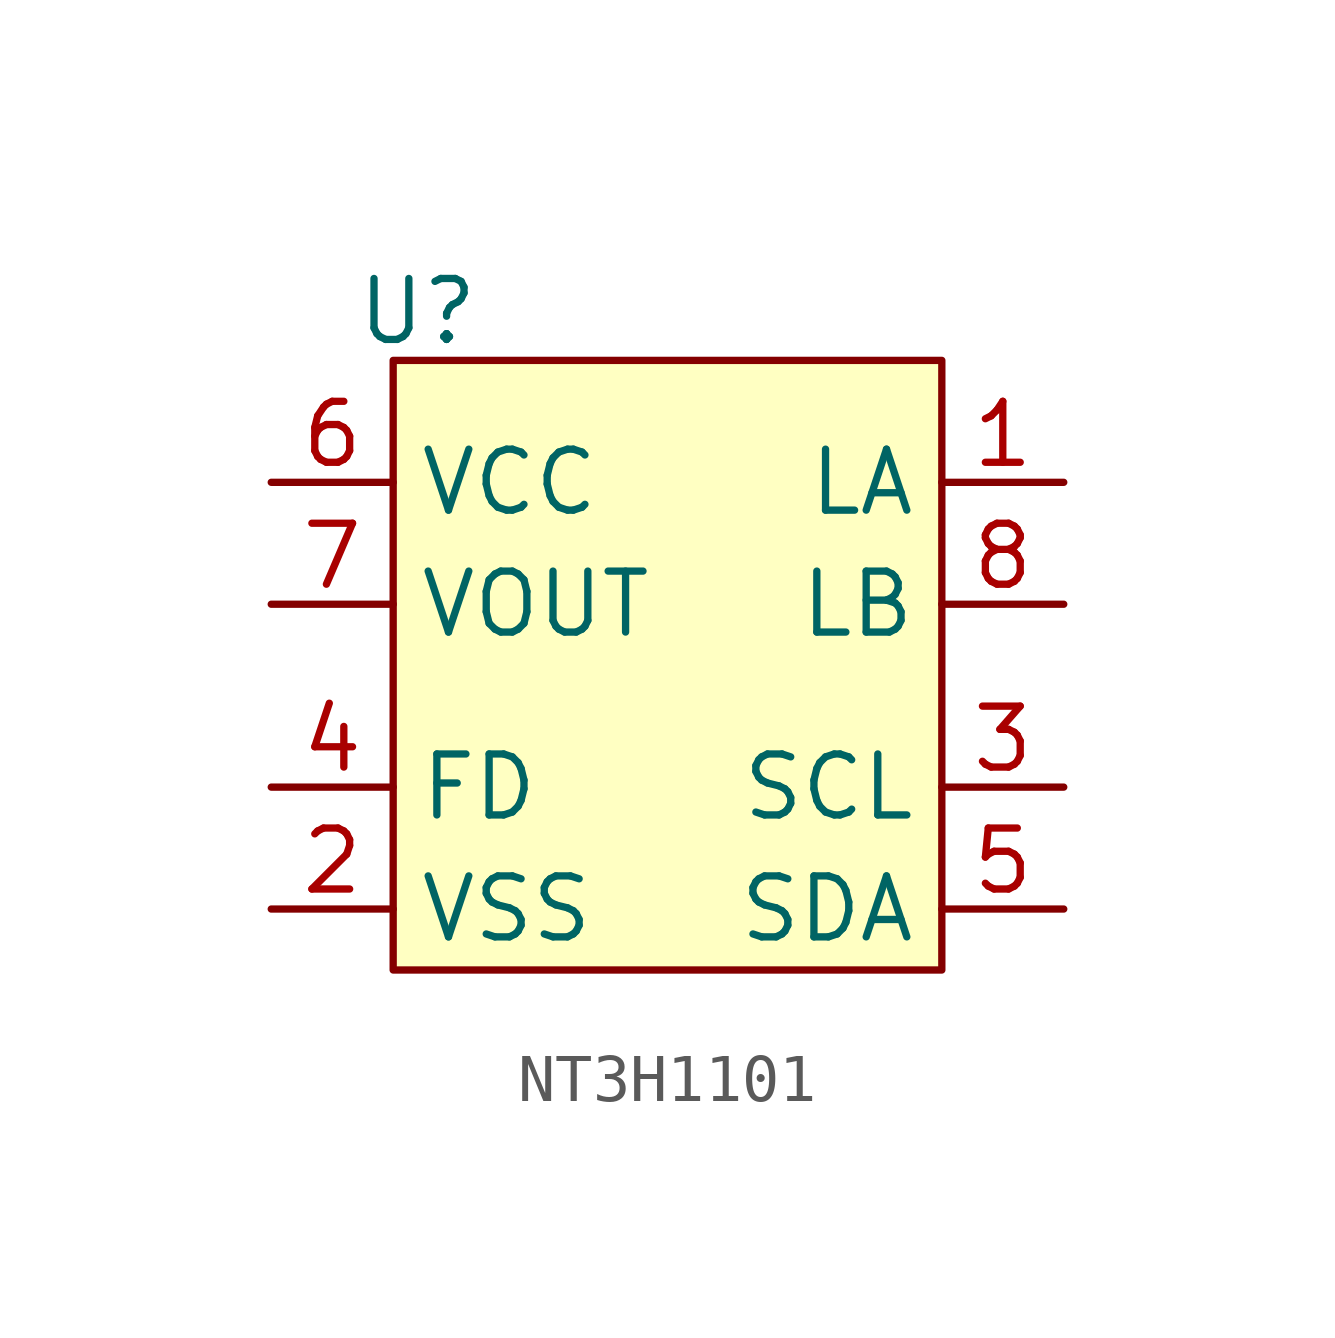
<source format=kicad_sym>
(kicad_symbol_lib
  (version 20231120)
  (generator "kicad_symbol_editor")
  (generator_version "8.0")
  (symbol "NT3H1101"
    (property "Reference" "U"
      (at -3.302 6.096 0)
      (effects (font (size 1.27 1.27))))
    (property "Value" ""
      (at -1.27 2.54 0)
      (effects (font (size 1.27 1.27))))
    (symbol "NT3H1101_1_1"
      (rectangle (start -3.81 5.08) (end 7.62 -7.62) (stroke (width 0) (type default)) (fill (type background)))
      (pin free line (at 10.16 2.54 180) (length 2.54) (name "LA" (effects (font (size 1.27 1.27)))) (number "1" (effects (font (size 1.27 1.27)))))
      (pin free line (at -6.35 -6.35 0) (length 2.54) (name "VSS" (effects (font (size 1.27 1.27)))) (number "2" (effects (font (size 1.27 1.27)))))
      (pin free line (at 10.16 -3.81 180) (length 2.54) (name "SCL" (effects (font (size 1.27 1.27)))) (number "3" (effects (font (size 1.27 1.27)))))
      (pin free line (at -6.35 -3.81 0) (length 2.54) (name "FD" (effects (font (size 1.27 1.27)))) (number "4" (effects (font (size 1.27 1.27)))))
      (pin free line (at 10.16 -6.35 180) (length 2.54) (name "SDA" (effects (font (size 1.27 1.27)))) (number "5" (effects (font (size 1.27 1.27)))))
      (pin free line (at -6.35 2.54 0) (length 2.54) (name "VCC" (effects (font (size 1.27 1.27)))) (number "6" (effects (font (size 1.27 1.27)))))
      (pin free line (at -6.35 0 0) (length 2.54) (name "VOUT" (effects (font (size 1.27 1.27)))) (number "7" (effects (font (size 1.27 1.27)))))
      (pin free line (at 10.16 0 180) (length 2.54) (name "LB" (effects (font (size 1.27 1.27)))) (number "8" (effects (font (size 1.27 1.27))))))))
</source>
